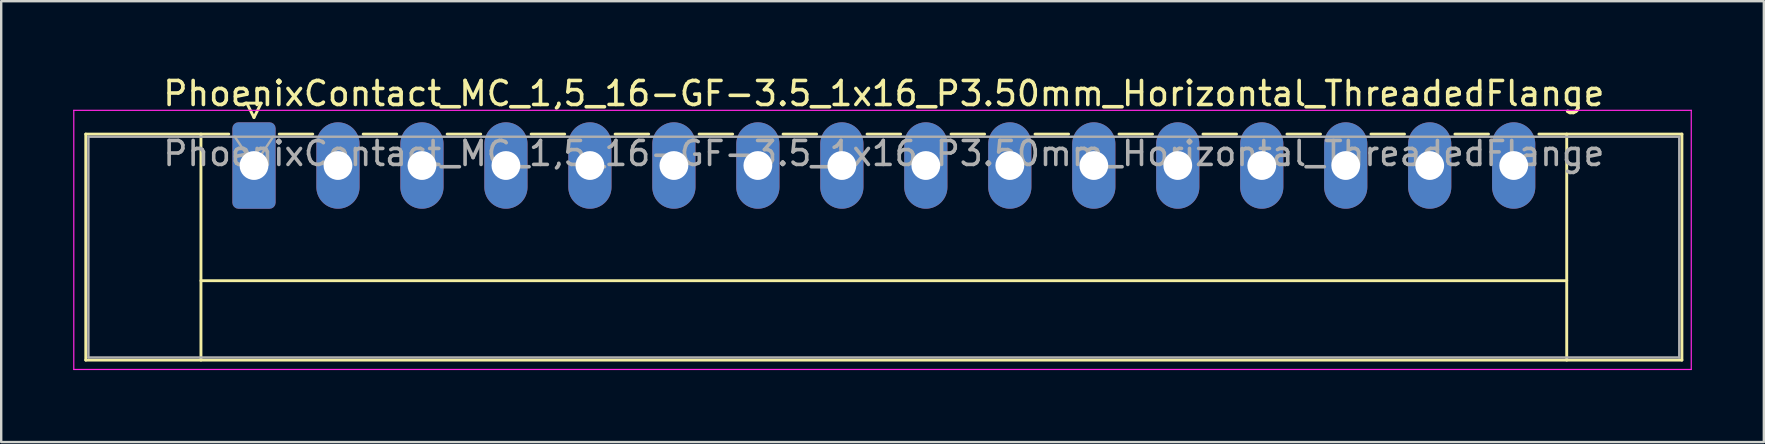
<source format=kicad_pcb>
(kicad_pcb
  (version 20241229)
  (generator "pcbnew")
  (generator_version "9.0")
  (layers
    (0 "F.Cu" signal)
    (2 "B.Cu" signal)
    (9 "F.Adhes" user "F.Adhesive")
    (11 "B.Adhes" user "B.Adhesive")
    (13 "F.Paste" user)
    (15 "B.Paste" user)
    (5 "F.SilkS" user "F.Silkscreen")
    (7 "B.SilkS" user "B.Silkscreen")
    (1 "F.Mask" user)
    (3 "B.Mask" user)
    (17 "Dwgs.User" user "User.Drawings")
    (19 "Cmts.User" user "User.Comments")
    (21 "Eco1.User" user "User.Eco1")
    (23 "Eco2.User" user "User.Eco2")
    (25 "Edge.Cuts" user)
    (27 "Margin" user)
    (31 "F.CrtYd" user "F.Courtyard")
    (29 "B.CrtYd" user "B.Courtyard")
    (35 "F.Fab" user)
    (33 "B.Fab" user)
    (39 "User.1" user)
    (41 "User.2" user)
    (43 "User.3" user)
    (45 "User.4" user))
  (footprint "PhoenixContact_MC_1,5_16-GF-3.5_1x16_P3.50mm_Horizontal_ThreadedFlange"
    (layer "F.Cu")
    (at 7.535 3.848)
    (property "Reference" "PhoenixContact_MC_1,5_16-GF-3.5_1x16_P3.50mm_Horizontal_ThreadedFlange" (at 26.25 -3 0) (layer "F.SilkS") (effects (font (size 1 1) (thickness 0.15))))
    (attr through_hole)
    (fp_line (start -7.01 -1.31) (end -7.01 8.11) (stroke (width 0.12) (type solid)) (layer "F.SilkS"))
    (fp_line (start -7.01 -1.31) (end -1.05 -1.31) (stroke (width 0.12) (type solid)) (layer "F.SilkS"))
    (fp_line (start -7.01 8.11) (end 59.51 8.11) (stroke (width 0.12) (type solid)) (layer "F.SilkS"))
    (fp_line (start -2.21 -1.31) (end -2.21 8.11) (stroke (width 0.12) (type solid)) (layer "F.SilkS"))
    (fp_line (start -2.21 4.8) (end 54.71 4.8) (stroke (width 0.12) (type solid)) (layer "F.SilkS"))
    (fp_line (start -0.3 -2.6) (end 0.3 -2.6) (stroke (width 0.12) (type solid)) (layer "F.SilkS"))
    (fp_line (start 0 -2) (end -0.3 -2.6) (stroke (width 0.12) (type solid)) (layer "F.SilkS"))
    (fp_line (start 0.3 -2.6) (end 0 -2) (stroke (width 0.12) (type solid)) (layer "F.SilkS"))
    (fp_line (start 1.05 -1.31) (end 2.45 -1.31) (stroke (width 0.12) (type solid)) (layer "F.SilkS"))
    (fp_line (start 4.55 -1.31) (end 5.95 -1.31) (stroke (width 0.12) (type solid)) (layer "F.SilkS"))
    (fp_line (start 8.05 -1.31) (end 9.45 -1.31) (stroke (width 0.12) (type solid)) (layer "F.SilkS"))
    (fp_line (start 11.55 -1.31) (end 12.95 -1.31) (stroke (width 0.12) (type solid)) (layer "F.SilkS"))
    (fp_line (start 15.05 -1.31) (end 16.45 -1.31) (stroke (width 0.12) (type solid)) (layer "F.SilkS"))
    (fp_line (start 18.55 -1.31) (end 19.95 -1.31) (stroke (width 0.12) (type solid)) (layer "F.SilkS"))
    (fp_line (start 22.05 -1.31) (end 23.45 -1.31) (stroke (width 0.12) (type solid)) (layer "F.SilkS"))
    (fp_line (start 25.55 -1.31) (end 26.95 -1.31) (stroke (width 0.12) (type solid)) (layer "F.SilkS"))
    (fp_line (start 29.05 -1.31) (end 30.45 -1.31) (stroke (width 0.12) (type solid)) (layer "F.SilkS"))
    (fp_line (start 32.55 -1.31) (end 33.95 -1.31) (stroke (width 0.12) (type solid)) (layer "F.SilkS"))
    (fp_line (start 36.05 -1.31) (end 37.45 -1.31) (stroke (width 0.12) (type solid)) (layer "F.SilkS"))
    (fp_line (start 39.55 -1.31) (end 40.95 -1.31) (stroke (width 0.12) (type solid)) (layer "F.SilkS"))
    (fp_line (start 43.05 -1.31) (end 44.45 -1.31) (stroke (width 0.12) (type solid)) (layer "F.SilkS"))
    (fp_line (start 46.55 -1.31) (end 47.95 -1.31) (stroke (width 0.12) (type solid)) (layer "F.SilkS"))
    (fp_line (start 50.05 -1.31) (end 51.45 -1.31) (stroke (width 0.12) (type solid)) (layer "F.SilkS"))
    (fp_line (start 54.71 -1.31) (end 54.71 8.11) (stroke (width 0.12) (type solid)) (layer "F.SilkS"))
    (fp_line (start 59.51 -1.31) (end 53.55 -1.31) (stroke (width 0.12) (type solid)) (layer "F.SilkS"))
    (fp_line (start 59.51 8.11) (end 59.51 -1.31) (stroke (width 0.12) (type solid)) (layer "F.SilkS"))
    (fp_line (start -7.51 -2.3) (end -7.51 8.5) (stroke (width 0.05) (type solid)) (layer "F.CrtYd"))
    (fp_line (start -7.51 8.5) (end 59.9 8.5) (stroke (width 0.05) (type solid)) (layer "F.CrtYd"))
    (fp_line (start 59.9 -2.3) (end -7.51 -2.3) (stroke (width 0.05) (type solid)) (layer "F.CrtYd"))
    (fp_line (start 59.9 8.5) (end 59.9 -2.3) (stroke (width 0.05) (type solid)) (layer "F.CrtYd"))
    (fp_line (start -6.9 -1.2) (end -6.9 8) (stroke (width 0.1) (type solid)) (layer "F.Fab"))
    (fp_line (start -6.9 8) (end 59.4 8) (stroke (width 0.1) (type solid)) (layer "F.Fab"))
    (fp_line (start 0 0) (end -0.8 -1.2) (stroke (width 0.1) (type solid)) (layer "F.Fab"))
    (fp_line (start 0.8 -1.2) (end 0 0) (stroke (width 0.1) (type solid)) (layer "F.Fab"))
    (fp_line (start 59.4 -1.2) (end -6.9 -1.2) (stroke (width 0.1) (type solid)) (layer "F.Fab"))
    (fp_line (start 59.4 8) (end 59.4 -1.2) (stroke (width 0.1) (type solid)) (layer "F.Fab"))
    (fp_text user "${REFERENCE}" (at 26.25 -0.5 0) (layer "F.Fab") (effects (font (size 1 1) (thickness 0.15))))
    (pad "1" thru_hole roundrect (at 0 0) (size 1.8 3.6) (drill 1.2) (layers "*.Cu" "*.Mask") (roundrect_rratio 0.139))
    (pad "2" thru_hole oval (at 3.5 0) (size 1.8 3.6) (drill 1.2) (layers "*.Cu" "*.Mask"))
    (pad "3" thru_hole oval (at 7 0) (size 1.8 3.6) (drill 1.2) (layers "*.Cu" "*.Mask"))
    (pad "4" thru_hole oval (at 10.5 0) (size 1.8 3.6) (drill 1.2) (layers "*.Cu" "*.Mask"))
    (pad "5" thru_hole oval (at 14 0) (size 1.8 3.6) (drill 1.2) (layers "*.Cu" "*.Mask"))
    (pad "6" thru_hole oval (at 17.5 0) (size 1.8 3.6) (drill 1.2) (layers "*.Cu" "*.Mask"))
    (pad "7" thru_hole oval (at 21 0) (size 1.8 3.6) (drill 1.2) (layers "*.Cu" "*.Mask"))
    (pad "8" thru_hole oval (at 24.5 0) (size 1.8 3.6) (drill 1.2) (layers "*.Cu" "*.Mask"))
    (pad "9" thru_hole oval (at 28 0) (size 1.8 3.6) (drill 1.2) (layers "*.Cu" "*.Mask"))
    (pad "10" thru_hole oval (at 31.5 0) (size 1.8 3.6) (drill 1.2) (layers "*.Cu" "*.Mask"))
    (pad "11" thru_hole oval (at 35 0) (size 1.8 3.6) (drill 1.2) (layers "*.Cu" "*.Mask"))
    (pad "12" thru_hole oval (at 38.5 0) (size 1.8 3.6) (drill 1.2) (layers "*.Cu" "*.Mask"))
    (pad "13" thru_hole oval (at 42 0) (size 1.8 3.6) (drill 1.2) (layers "*.Cu" "*.Mask"))
    (pad "14" thru_hole oval (at 45.5 0) (size 1.8 3.6) (drill 1.2) (layers "*.Cu" "*.Mask"))
    (pad "15" thru_hole oval (at 49 0) (size 1.8 3.6) (drill 1.2) (layers "*.Cu" "*.Mask"))
    (pad "16" thru_hole oval (at 52.5 0) (size 1.8 3.6) (drill 1.2) (layers "*.Cu" "*.Mask")))
  (gr_rect
    (start -3 -3)
    (end 70.46 15.373)
    (stroke (width 0.1) (type default))
    (fill no)
    (layer "Edge.Cuts")))
</source>
